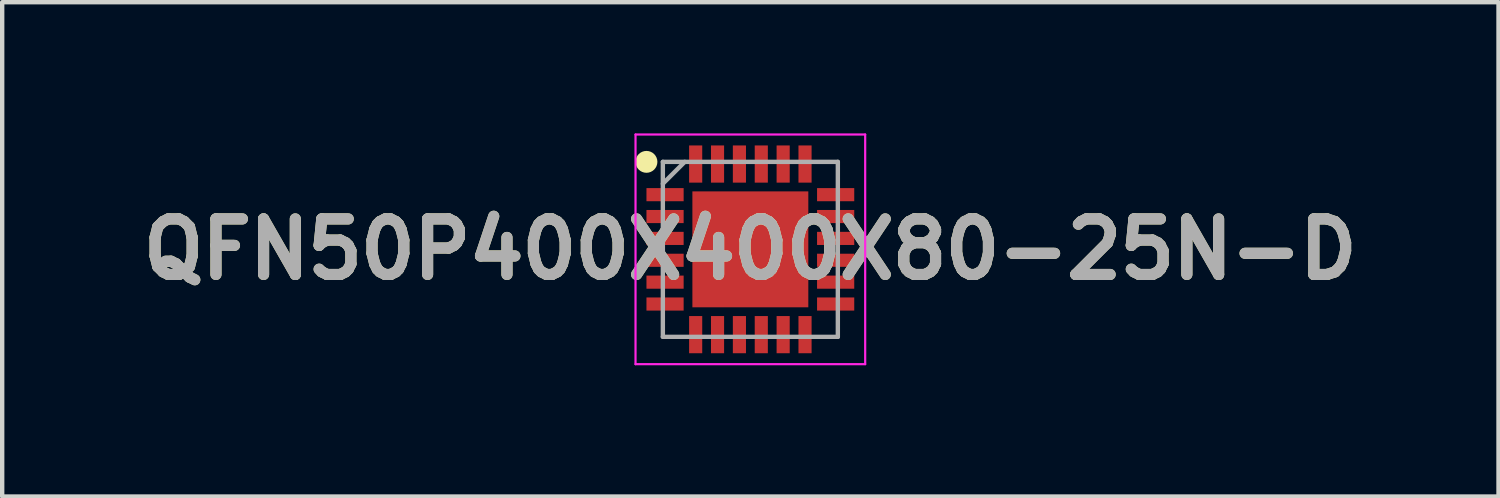
<source format=kicad_pcb>
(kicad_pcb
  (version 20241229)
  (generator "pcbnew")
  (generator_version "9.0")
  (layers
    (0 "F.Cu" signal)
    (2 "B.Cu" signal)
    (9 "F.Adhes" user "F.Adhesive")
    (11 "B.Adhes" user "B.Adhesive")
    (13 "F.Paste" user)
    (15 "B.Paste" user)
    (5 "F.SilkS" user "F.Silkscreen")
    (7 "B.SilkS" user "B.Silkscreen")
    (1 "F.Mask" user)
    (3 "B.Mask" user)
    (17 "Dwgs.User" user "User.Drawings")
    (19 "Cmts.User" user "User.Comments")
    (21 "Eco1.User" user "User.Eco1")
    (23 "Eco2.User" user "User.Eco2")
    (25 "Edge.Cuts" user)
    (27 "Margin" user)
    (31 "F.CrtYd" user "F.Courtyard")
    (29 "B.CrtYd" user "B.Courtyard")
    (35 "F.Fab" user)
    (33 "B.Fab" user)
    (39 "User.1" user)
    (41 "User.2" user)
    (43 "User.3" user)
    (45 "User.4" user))
  (footprint "QFN50P400X400X80-25N-D"
    (layer "F.Cu")
    (at 14.103 2.65)
    (property "Reference" "QFN50P400X400X80-25N-D" (at 0 0 0) (layer "F.SilkS") (effects (font (size 1.27 1.27) (thickness 0.254))))
    (attr smd)
    (fp_circle (center -2.375 -2) (end -2.375 -1.875) (stroke (width 0.25) (type solid)) (fill no) (layer "F.SilkS"))
    (fp_line (start -2.625 -2.625) (end 2.625 -2.625) (stroke (width 0.05) (type solid)) (layer "F.CrtYd"))
    (fp_line (start -2.625 2.625) (end -2.625 -2.625) (stroke (width 0.05) (type solid)) (layer "F.CrtYd"))
    (fp_line (start 2.625 -2.625) (end 2.625 2.625) (stroke (width 0.05) (type solid)) (layer "F.CrtYd"))
    (fp_line (start 2.625 2.625) (end -2.625 2.625) (stroke (width 0.05) (type solid)) (layer "F.CrtYd"))
    (fp_line (start -2 -2) (end 2 -2) (stroke (width 0.1) (type solid)) (layer "F.Fab"))
    (fp_line (start -2 -1.5) (end -1.5 -2) (stroke (width 0.1) (type solid)) (layer "F.Fab"))
    (fp_line (start -2 2) (end -2 -2) (stroke (width 0.1) (type solid)) (layer "F.Fab"))
    (fp_line (start 2 -2) (end 2 2) (stroke (width 0.1) (type solid)) (layer "F.Fab"))
    (fp_line (start 2 2) (end -2 2) (stroke (width 0.1) (type solid)) (layer "F.Fab"))
    (fp_text user "${REFERENCE}" (at 0 0 0) (layer "F.Fab") (effects (font (size 1.27 1.27) (thickness 0.254))))
    (pad "1" smd rect (at -1.95 -1.25 90) (size 0.3 0.85) (layers "F.Cu" "F.Mask" "F.Paste"))
    (pad "2" smd rect (at -1.95 -0.75 90) (size 0.3 0.85) (layers "F.Cu" "F.Mask" "F.Paste"))
    (pad "3" smd rect (at -1.95 -0.25 90) (size 0.3 0.85) (layers "F.Cu" "F.Mask" "F.Paste"))
    (pad "4" smd rect (at -1.95 0.25 90) (size 0.3 0.85) (layers "F.Cu" "F.Mask" "F.Paste"))
    (pad "5" smd rect (at -1.95 0.75 90) (size 0.3 0.85) (layers "F.Cu" "F.Mask" "F.Paste"))
    (pad "6" smd rect (at -1.95 1.25 90) (size 0.3 0.85) (layers "F.Cu" "F.Mask" "F.Paste"))
    (pad "7" smd rect (at -1.25 1.95) (size 0.3 0.85) (layers "F.Cu" "F.Mask" "F.Paste"))
    (pad "8" smd rect (at -0.75 1.95) (size 0.3 0.85) (layers "F.Cu" "F.Mask" "F.Paste"))
    (pad "9" smd rect (at -0.25 1.95) (size 0.3 0.85) (layers "F.Cu" "F.Mask" "F.Paste"))
    (pad "10" smd rect (at 0.25 1.95) (size 0.3 0.85) (layers "F.Cu" "F.Mask" "F.Paste"))
    (pad "11" smd rect (at 0.75 1.95) (size 0.3 0.85) (layers "F.Cu" "F.Mask" "F.Paste"))
    (pad "12" smd rect (at 1.25 1.95) (size 0.3 0.85) (layers "F.Cu" "F.Mask" "F.Paste"))
    (pad "13" smd rect (at 1.95 1.25 90) (size 0.3 0.85) (layers "F.Cu" "F.Mask" "F.Paste"))
    (pad "14" smd rect (at 1.95 0.75 90) (size 0.3 0.85) (layers "F.Cu" "F.Mask" "F.Paste"))
    (pad "15" smd rect (at 1.95 0.25 90) (size 0.3 0.85) (layers "F.Cu" "F.Mask" "F.Paste"))
    (pad "16" smd rect (at 1.95 -0.25 90) (size 0.3 0.85) (layers "F.Cu" "F.Mask" "F.Paste"))
    (pad "17" smd rect (at 1.95 -0.75 90) (size 0.3 0.85) (layers "F.Cu" "F.Mask" "F.Paste"))
    (pad "18" smd rect (at 1.95 -1.25 90) (size 0.3 0.85) (layers "F.Cu" "F.Mask" "F.Paste"))
    (pad "19" smd rect (at 1.25 -1.95) (size 0.3 0.85) (layers "F.Cu" "F.Mask" "F.Paste"))
    (pad "20" smd rect (at 0.75 -1.95) (size 0.3 0.85) (layers "F.Cu" "F.Mask" "F.Paste"))
    (pad "21" smd rect (at 0.25 -1.95) (size 0.3 0.85) (layers "F.Cu" "F.Mask" "F.Paste"))
    (pad "22" smd rect (at -0.25 -1.95) (size 0.3 0.85) (layers "F.Cu" "F.Mask" "F.Paste"))
    (pad "23" smd rect (at -0.75 -1.95) (size 0.3 0.85) (layers "F.Cu" "F.Mask" "F.Paste"))
    (pad "24" smd rect (at -1.25 -1.95) (size 0.3 0.85) (layers "F.Cu" "F.Mask" "F.Paste"))
    (pad "25" smd rect (at 0 0) (size 2.65 2.65) (layers "F.Cu" "F.Mask" "F.Paste")))
  (gr_rect
    (start -3 -3)
    (end 31.206 8.3)
    (stroke (width 0.1) (type default))
    (fill no)
    (layer "Edge.Cuts")))
</source>
